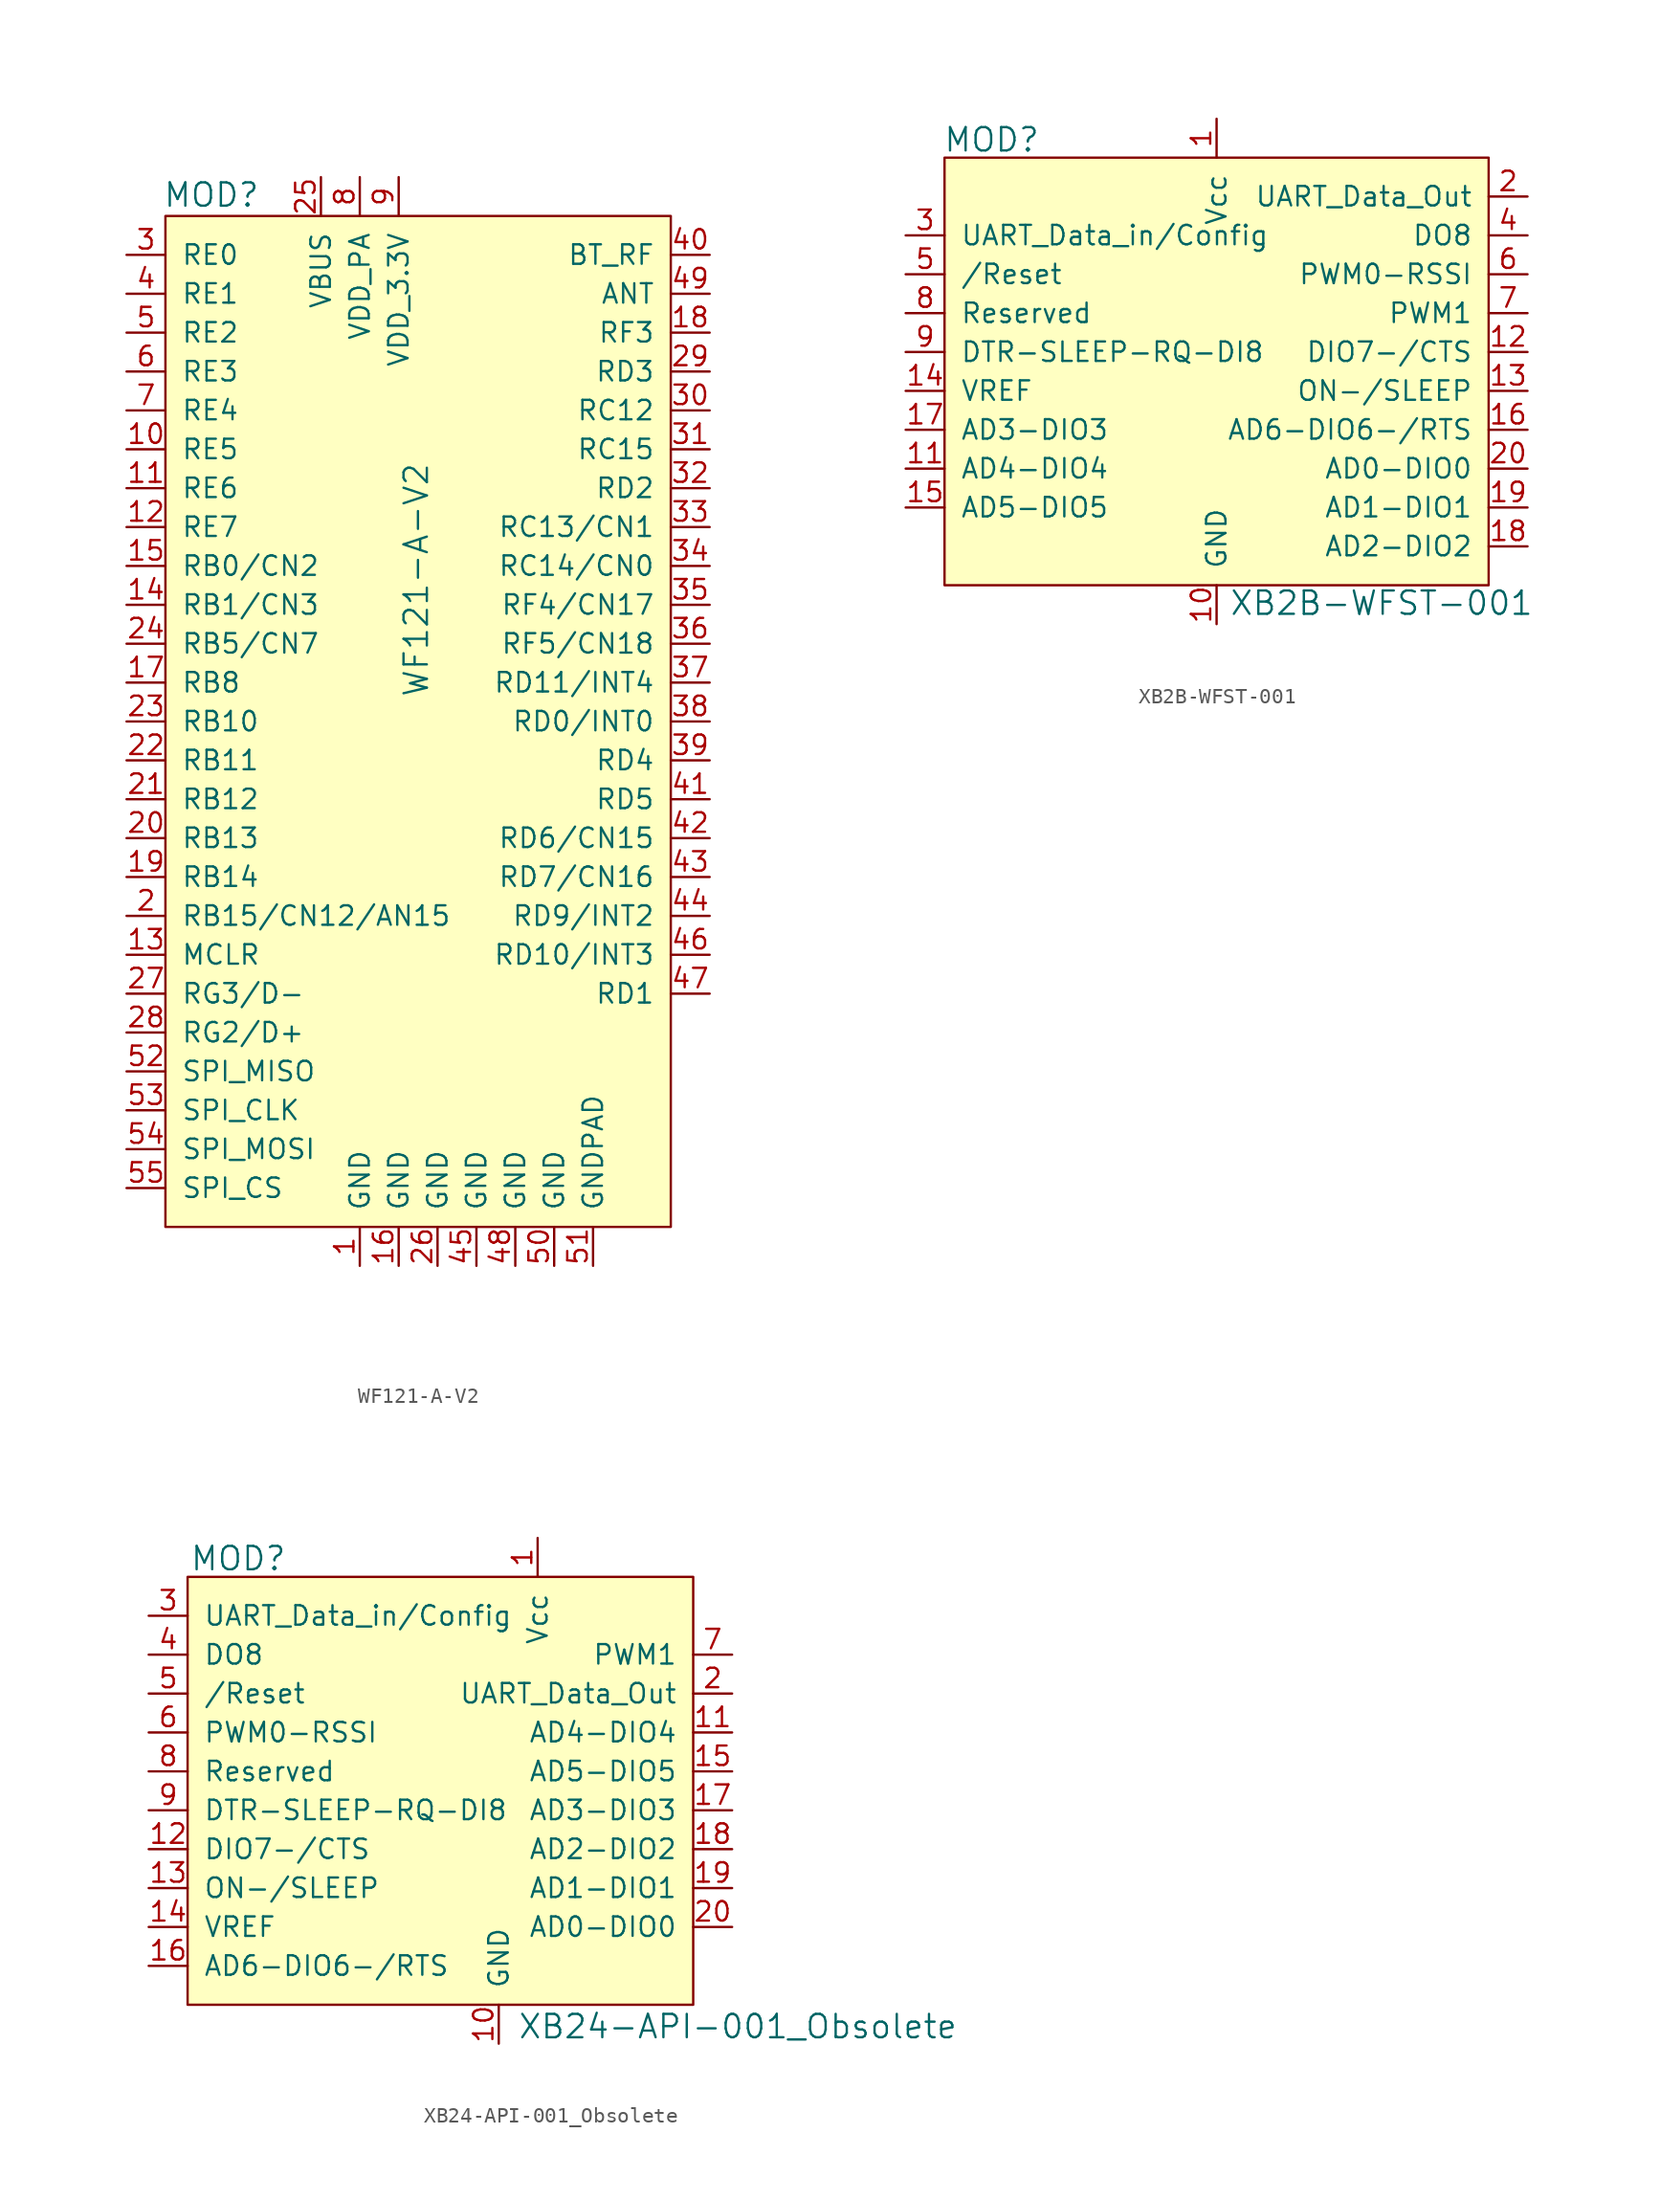
<source format=kicad_sym>
(kicad_symbol_lib
  (version 20220914)
  (generator kicad_symbol_editor)
  (symbol "WF121-A-V2"
    (pin_names
      (offset 1.016))
    (property "Reference" "MOD"
      (at -15.418 16.612 0)
      (effects (font (size 1.524 1.524)) (justify left)))
    (property "Value" "WF121-A-V2"
      (at 1.143 -8.534 90)
      (effects (font (size 1.524 1.524))))
    (symbol "WF121-A-V2_0_1"
      (rectangle (start 17.78 15.24) (end -15.24 -50.8) (stroke (width 0) (type solid)) (fill (type background))))
    (symbol "WF121-A-V2_1_0"
      (pin unspecified line (at -17.78 -40.64 0) (length 2.54) (name "SPI_MISO" (effects (font (size 1.27 1.27)))) (number "52" (effects (font (size 1.27 1.27)))))
      (pin unspecified line (at -17.78 -43.18 0) (length 2.54) (name "SPI_CLK" (effects (font (size 1.27 1.27)))) (number "53" (effects (font (size 1.27 1.27)))))
      (pin unspecified line (at -17.78 -45.72 0) (length 2.54) (name "SPI_MOSI" (effects (font (size 1.27 1.27)))) (number "54" (effects (font (size 1.27 1.27)))))
      (pin unspecified line (at -17.78 -48.26 0) (length 2.54) (name "SPI_CS" (effects (font (size 1.27 1.27)))) (number "55" (effects (font (size 1.27 1.27))))))
    (symbol "WF121-A-V2_1_1"
      (pin power_in line (at -2.54 -53.34 90) (length 2.54) (name "GND" (effects (font (size 1.27 1.27)))) (number "1" (effects (font (size 1.27 1.27)))))
      (pin bidirectional line (at -17.78 0 0) (length 2.54) (name "RE5" (effects (font (size 1.27 1.27)))) (number "10" (effects (font (size 1.27 1.27)))))
      (pin bidirectional line (at -17.78 -2.54 0) (length 2.54) (name "RE6" (effects (font (size 1.27 1.27)))) (number "11" (effects (font (size 1.27 1.27)))))
      (pin bidirectional line (at -17.78 -5.08 0) (length 2.54) (name "RE7" (effects (font (size 1.27 1.27)))) (number "12" (effects (font (size 1.27 1.27)))))
      (pin input line (at -17.78 -33.02 0) (length 2.54) (name "MCLR" (effects (font (size 1.27 1.27)))) (number "13" (effects (font (size 1.27 1.27)))))
      (pin bidirectional line (at -17.78 -10.16 0) (length 2.54) (name "RB1/CN3" (effects (font (size 1.27 1.27)))) (number "14" (effects (font (size 1.27 1.27)))))
      (pin bidirectional line (at -17.78 -7.62 0) (length 2.54) (name "RB0/CN2" (effects (font (size 1.27 1.27)))) (number "15" (effects (font (size 1.27 1.27)))))
      (pin power_in line (at 0 -53.34 90) (length 2.54) (name "GND" (effects (font (size 1.27 1.27)))) (number "16" (effects (font (size 1.27 1.27)))))
      (pin bidirectional line (at -17.78 -15.24 0) (length 2.54) (name "RB8" (effects (font (size 1.27 1.27)))) (number "17" (effects (font (size 1.27 1.27)))))
      (pin bidirectional line (at 20.32 7.62 180) (length 2.54) (name "RF3" (effects (font (size 1.27 1.27)))) (number "18" (effects (font (size 1.27 1.27)))))
      (pin bidirectional line (at -17.78 -27.94 0) (length 2.54) (name "RB14" (effects (font (size 1.27 1.27)))) (number "19" (effects (font (size 1.27 1.27)))))
      (pin bidirectional line (at -17.78 -30.48 0) (length 2.54) (name "RB15/CN12/AN15" (effects (font (size 1.27 1.27)))) (number "2" (effects (font (size 1.27 1.27)))))
      (pin bidirectional line (at -17.78 -25.4 0) (length 2.54) (name "RB13" (effects (font (size 1.27 1.27)))) (number "20" (effects (font (size 1.27 1.27)))))
      (pin bidirectional line (at -17.78 -22.86 0) (length 2.54) (name "RB12" (effects (font (size 1.27 1.27)))) (number "21" (effects (font (size 1.27 1.27)))))
      (pin bidirectional line (at -17.78 -20.32 0) (length 2.54) (name "RB11" (effects (font (size 1.27 1.27)))) (number "22" (effects (font (size 1.27 1.27)))))
      (pin bidirectional line (at -17.78 -17.78 0) (length 2.54) (name "RB10" (effects (font (size 1.27 1.27)))) (number "23" (effects (font (size 1.27 1.27)))))
      (pin bidirectional line (at -17.78 -12.7 0) (length 2.54) (name "RB5/CN7" (effects (font (size 1.27 1.27)))) (number "24" (effects (font (size 1.27 1.27)))))
      (pin power_in line (at -5.08 17.78 270) (length 2.54) (name "VBUS" (effects (font (size 1.27 1.27)))) (number "25" (effects (font (size 1.27 1.27)))))
      (pin power_in line (at 2.54 -53.34 90) (length 2.54) (name "GND" (effects (font (size 1.27 1.27)))) (number "26" (effects (font (size 1.27 1.27)))))
      (pin input line (at -17.78 -35.56 0) (length 2.54) (name "RG3/D-" (effects (font (size 1.27 1.27)))) (number "27" (effects (font (size 1.27 1.27)))))
      (pin input line (at -17.78 -38.1 0) (length 2.54) (name "RG2/D+" (effects (font (size 1.27 1.27)))) (number "28" (effects (font (size 1.27 1.27)))))
      (pin bidirectional line (at 20.32 5.08 180) (length 2.54) (name "RD3" (effects (font (size 1.27 1.27)))) (number "29" (effects (font (size 1.27 1.27)))))
      (pin bidirectional line (at -17.78 12.7 0) (length 2.54) (name "RE0" (effects (font (size 1.27 1.27)))) (number "3" (effects (font (size 1.27 1.27)))))
      (pin bidirectional line (at 20.32 2.54 180) (length 2.54) (name "RC12" (effects (font (size 1.27 1.27)))) (number "30" (effects (font (size 1.27 1.27)))))
      (pin bidirectional line (at 20.32 0 180) (length 2.54) (name "RC15" (effects (font (size 1.27 1.27)))) (number "31" (effects (font (size 1.27 1.27)))))
      (pin bidirectional line (at 20.32 -2.54 180) (length 2.54) (name "RD2" (effects (font (size 1.27 1.27)))) (number "32" (effects (font (size 1.27 1.27)))))
      (pin bidirectional line (at 20.32 -5.08 180) (length 2.54) (name "RC13/CN1" (effects (font (size 1.27 1.27)))) (number "33" (effects (font (size 1.27 1.27)))))
      (pin bidirectional line (at 20.32 -7.62 180) (length 2.54) (name "RC14/CN0" (effects (font (size 1.27 1.27)))) (number "34" (effects (font (size 1.27 1.27)))))
      (pin bidirectional line (at 20.32 -10.16 180) (length 2.54) (name "RF4/CN17" (effects (font (size 1.27 1.27)))) (number "35" (effects (font (size 1.27 1.27)))))
      (pin bidirectional line (at 20.32 -12.7 180) (length 2.54) (name "RF5/CN18" (effects (font (size 1.27 1.27)))) (number "36" (effects (font (size 1.27 1.27)))))
      (pin bidirectional line (at 20.32 -15.24 180) (length 2.54) (name "RD11/INT4" (effects (font (size 1.27 1.27)))) (number "37" (effects (font (size 1.27 1.27)))))
      (pin bidirectional line (at 20.32 -17.78 180) (length 2.54) (name "RD0/INT0" (effects (font (size 1.27 1.27)))) (number "38" (effects (font (size 1.27 1.27)))))
      (pin bidirectional line (at 20.32 -20.32 180) (length 2.54) (name "RD4" (effects (font (size 1.27 1.27)))) (number "39" (effects (font (size 1.27 1.27)))))
      (pin bidirectional line (at -17.78 10.16 0) (length 2.54) (name "RE1" (effects (font (size 1.27 1.27)))) (number "4" (effects (font (size 1.27 1.27)))))
      (pin bidirectional line (at 20.32 12.7 180) (length 2.54) (name "BT_RF" (effects (font (size 1.27 1.27)))) (number "40" (effects (font (size 1.27 1.27)))))
      (pin bidirectional line (at 20.32 -22.86 180) (length 2.54) (name "RD5" (effects (font (size 1.27 1.27)))) (number "41" (effects (font (size 1.27 1.27)))))
      (pin bidirectional line (at 20.32 -25.4 180) (length 2.54) (name "RD6/CN15" (effects (font (size 1.27 1.27)))) (number "42" (effects (font (size 1.27 1.27)))))
      (pin bidirectional line (at 20.32 -27.94 180) (length 2.54) (name "RD7/CN16" (effects (font (size 1.27 1.27)))) (number "43" (effects (font (size 1.27 1.27)))))
      (pin bidirectional line (at 20.32 -30.48 180) (length 2.54) (name "RD9/INT2" (effects (font (size 1.27 1.27)))) (number "44" (effects (font (size 1.27 1.27)))))
      (pin power_in line (at 5.08 -53.34 90) (length 2.54) (name "GND" (effects (font (size 1.27 1.27)))) (number "45" (effects (font (size 1.27 1.27)))))
      (pin bidirectional line (at 20.32 -33.02 180) (length 2.54) (name "RD10/INT3" (effects (font (size 1.27 1.27)))) (number "46" (effects (font (size 1.27 1.27)))))
      (pin bidirectional line (at 20.32 -35.56 180) (length 2.54) (name "RD1" (effects (font (size 1.27 1.27)))) (number "47" (effects (font (size 1.27 1.27)))))
      (pin power_in line (at 7.62 -53.34 90) (length 2.54) (name "GND" (effects (font (size 1.27 1.27)))) (number "48" (effects (font (size 1.27 1.27)))))
      (pin bidirectional line (at 20.32 10.16 180) (length 2.54) (name "ANT" (effects (font (size 1.27 1.27)))) (number "49" (effects (font (size 1.27 1.27)))))
      (pin bidirectional line (at -17.78 7.62 0) (length 2.54) (name "RE2" (effects (font (size 1.27 1.27)))) (number "5" (effects (font (size 1.27 1.27)))))
      (pin power_in line (at 10.16 -53.34 90) (length 2.54) (name "GND" (effects (font (size 1.27 1.27)))) (number "50" (effects (font (size 1.27 1.27)))))
      (pin power_in line (at 12.7 -53.34 90) (length 2.54) (name "GNDPAD" (effects (font (size 1.27 1.27)))) (number "51" (effects (font (size 1.27 1.27)))))
      (pin bidirectional line (at -17.78 5.08 0) (length 2.54) (name "RE3" (effects (font (size 1.27 1.27)))) (number "6" (effects (font (size 1.27 1.27)))))
      (pin bidirectional line (at -17.78 2.54 0) (length 2.54) (name "RE4" (effects (font (size 1.27 1.27)))) (number "7" (effects (font (size 1.27 1.27)))))
      (pin power_in line (at -2.54 17.78 270) (length 2.54) (name "VDD_PA" (effects (font (size 1.27 1.27)))) (number "8" (effects (font (size 1.27 1.27)))))
      (pin power_in line (at 0 17.78 270) (length 2.54) (name "VDD_3.3V" (effects (font (size 1.27 1.27)))) (number "9" (effects (font (size 1.27 1.27)))))))
  (symbol "XB2B-WFST-001"
    (pin_names
      (offset 1.016))
    (property "Reference" "MOD"
      (at -17.882 18.948 0)
      (effects (font (size 1.524 1.524)) (justify left)))
    (property "Value" "XB2B-WFST-001"
      (at 0.813 -11.328 0)
      (effects (font (size 1.524 1.524)) (justify left)))
    (symbol "XB2B-WFST-001_0_1"
      (rectangle (start -17.78 17.78) (end 17.78 -10.16) (stroke (width 0) (type solid)) (fill (type background))))
    (symbol "XB2B-WFST-001_1_1"
      (pin power_in line (at 0 20.32 270) (length 2.54) (name "Vcc" (effects (font (size 1.27 1.27)))) (number "1" (effects (font (size 1.27 1.27)))))
      (pin power_in line (at 0 -12.7 90) (length 2.54) (name "GND" (effects (font (size 1.27 1.27)))) (number "10" (effects (font (size 1.27 1.27)))))
      (pin bidirectional line (at -20.32 -2.54 0) (length 2.54) (name "AD4-DIO4" (effects (font (size 1.27 1.27)))) (number "11" (effects (font (size 1.27 1.27)))))
      (pin bidirectional line (at 20.32 5.08 180) (length 2.54) (name "DIO7-/CTS" (effects (font (size 1.27 1.27)))) (number "12" (effects (font (size 1.27 1.27)))))
      (pin output line (at 20.32 2.54 180) (length 2.54) (name "ON-/SLEEP" (effects (font (size 1.27 1.27)))) (number "13" (effects (font (size 1.27 1.27)))))
      (pin input line (at -20.32 2.54 0) (length 2.54) (name "VREF" (effects (font (size 1.27 1.27)))) (number "14" (effects (font (size 1.27 1.27)))))
      (pin bidirectional line (at -20.32 -5.08 0) (length 2.54) (name "AD5-DIO5" (effects (font (size 1.27 1.27)))) (number "15" (effects (font (size 1.27 1.27)))))
      (pin bidirectional line (at 20.32 0 180) (length 2.54) (name "AD6-DIO6-/RTS" (effects (font (size 1.27 1.27)))) (number "16" (effects (font (size 1.27 1.27)))))
      (pin bidirectional line (at -20.32 0 0) (length 2.54) (name "AD3-DIO3" (effects (font (size 1.27 1.27)))) (number "17" (effects (font (size 1.27 1.27)))))
      (pin bidirectional line (at 20.32 -7.62 180) (length 2.54) (name "AD2-DIO2" (effects (font (size 1.27 1.27)))) (number "18" (effects (font (size 1.27 1.27)))))
      (pin bidirectional line (at 20.32 -5.08 180) (length 2.54) (name "AD1-DIO1" (effects (font (size 1.27 1.27)))) (number "19" (effects (font (size 1.27 1.27)))))
      (pin output line (at 20.32 15.24 180) (length 2.54) (name "UART_Data_Out" (effects (font (size 1.27 1.27)))) (number "2" (effects (font (size 1.27 1.27)))))
      (pin bidirectional line (at 20.32 -2.54 180) (length 2.54) (name "AD0-DIO0" (effects (font (size 1.27 1.27)))) (number "20" (effects (font (size 1.27 1.27)))))
      (pin input line (at -20.32 12.7 0) (length 2.54) (name "UART_Data_in/Config" (effects (font (size 1.27 1.27)))) (number "3" (effects (font (size 1.27 1.27)))))
      (pin output line (at 20.32 12.7 180) (length 2.54) (name "DO8" (effects (font (size 1.27 1.27)))) (number "4" (effects (font (size 1.27 1.27)))))
      (pin input line (at -20.32 10.16 0) (length 2.54) (name "/Reset" (effects (font (size 1.27 1.27)))) (number "5" (effects (font (size 1.27 1.27)))))
      (pin output line (at 20.32 10.16 180) (length 2.54) (name "PWM0-RSSI" (effects (font (size 1.27 1.27)))) (number "6" (effects (font (size 1.27 1.27)))))
      (pin output line (at 20.32 7.62 180) (length 2.54) (name "PWM1" (effects (font (size 1.27 1.27)))) (number "7" (effects (font (size 1.27 1.27)))))
      (pin bidirectional line (at -20.32 7.62 0) (length 2.54) (name "Reserved" (effects (font (size 1.27 1.27)))) (number "8" (effects (font (size 1.27 1.27)))))
      (pin input line (at -20.32 5.08 0) (length 2.54) (name "DTR-SLEEP-RQ-DI8" (effects (font (size 1.27 1.27)))) (number "9" (effects (font (size 1.27 1.27)))))))
  (symbol "XB24-API-001_Obsolete"
    (pin_names
      (offset 1.016))
    (property "Reference" "MOD"
      (at -20.193 18.974 0)
      (effects (font (size 1.524 1.524)) (justify left)))
    (property "Value" "XB24-API-001_Obsolete"
      (at 1.219 -11.582 0)
      (effects (font (size 1.524 1.524)) (justify left)))
    (symbol "XB24-API-001_Obsolete_0_1"
      (rectangle (start -20.32 17.78) (end 12.7 -10.16) (stroke (width 0) (type solid)) (fill (type background))))
    (symbol "XB24-API-001_Obsolete_1_1"
      (pin power_in line (at 2.54 20.32 270) (length 2.54) (name "Vcc" (effects (font (size 1.27 1.27)))) (number "1" (effects (font (size 1.27 1.27)))))
      (pin power_in line (at 0 -12.7 90) (length 2.54) (name "GND" (effects (font (size 1.27 1.27)))) (number "10" (effects (font (size 1.27 1.27)))))
      (pin bidirectional line (at 15.24 7.62 180) (length 2.54) (name "AD4-DIO4" (effects (font (size 1.27 1.27)))) (number "11" (effects (font (size 1.27 1.27)))))
      (pin bidirectional line (at -22.86 0 0) (length 2.54) (name "DIO7-/CTS" (effects (font (size 1.27 1.27)))) (number "12" (effects (font (size 1.27 1.27)))))
      (pin input line (at -22.86 -2.54 0) (length 2.54) (name "ON-/SLEEP" (effects (font (size 1.27 1.27)))) (number "13" (effects (font (size 1.27 1.27)))))
      (pin input line (at -22.86 -5.08 0) (length 2.54) (name "VREF" (effects (font (size 1.27 1.27)))) (number "14" (effects (font (size 1.27 1.27)))))
      (pin bidirectional line (at 15.24 5.08 180) (length 2.54) (name "AD5-DIO5" (effects (font (size 1.27 1.27)))) (number "15" (effects (font (size 1.27 1.27)))))
      (pin bidirectional line (at -22.86 -7.62 0) (length 2.54) (name "AD6-DIO6-/RTS" (effects (font (size 1.27 1.27)))) (number "16" (effects (font (size 1.27 1.27)))))
      (pin bidirectional line (at 15.24 2.54 180) (length 2.54) (name "AD3-DIO3" (effects (font (size 1.27 1.27)))) (number "17" (effects (font (size 1.27 1.27)))))
      (pin bidirectional line (at 15.24 0 180) (length 2.54) (name "AD2-DIO2" (effects (font (size 1.27 1.27)))) (number "18" (effects (font (size 1.27 1.27)))))
      (pin bidirectional line (at 15.24 -2.54 180) (length 2.54) (name "AD1-DIO1" (effects (font (size 1.27 1.27)))) (number "19" (effects (font (size 1.27 1.27)))))
      (pin output line (at 15.24 10.16 180) (length 2.54) (name "UART_Data_Out" (effects (font (size 1.27 1.27)))) (number "2" (effects (font (size 1.27 1.27)))))
      (pin bidirectional line (at 15.24 -5.08 180) (length 2.54) (name "AD0-DIO0" (effects (font (size 1.27 1.27)))) (number "20" (effects (font (size 1.27 1.27)))))
      (pin input line (at -22.86 15.24 0) (length 2.54) (name "UART_Data_in/Config" (effects (font (size 1.27 1.27)))) (number "3" (effects (font (size 1.27 1.27)))))
      (pin bidirectional line (at -22.86 12.7 0) (length 2.54) (name "DO8" (effects (font (size 1.27 1.27)))) (number "4" (effects (font (size 1.27 1.27)))))
      (pin input line (at -22.86 10.16 0) (length 2.54) (name "/Reset" (effects (font (size 1.27 1.27)))) (number "5" (effects (font (size 1.27 1.27)))))
      (pin bidirectional line (at -22.86 7.62 0) (length 2.54) (name "PWM0-RSSI" (effects (font (size 1.27 1.27)))) (number "6" (effects (font (size 1.27 1.27)))))
      (pin output line (at 15.24 12.7 180) (length 2.54) (name "PWM1" (effects (font (size 1.27 1.27)))) (number "7" (effects (font (size 1.27 1.27)))))
      (pin bidirectional line (at -22.86 5.08 0) (length 2.54) (name "Reserved" (effects (font (size 1.27 1.27)))) (number "8" (effects (font (size 1.27 1.27)))))
      (pin bidirectional line (at -22.86 2.54 0) (length 2.54) (name "DTR-SLEEP-RQ-DI8" (effects (font (size 1.27 1.27)))) (number "9" (effects (font (size 1.27 1.27))))))))
</source>
